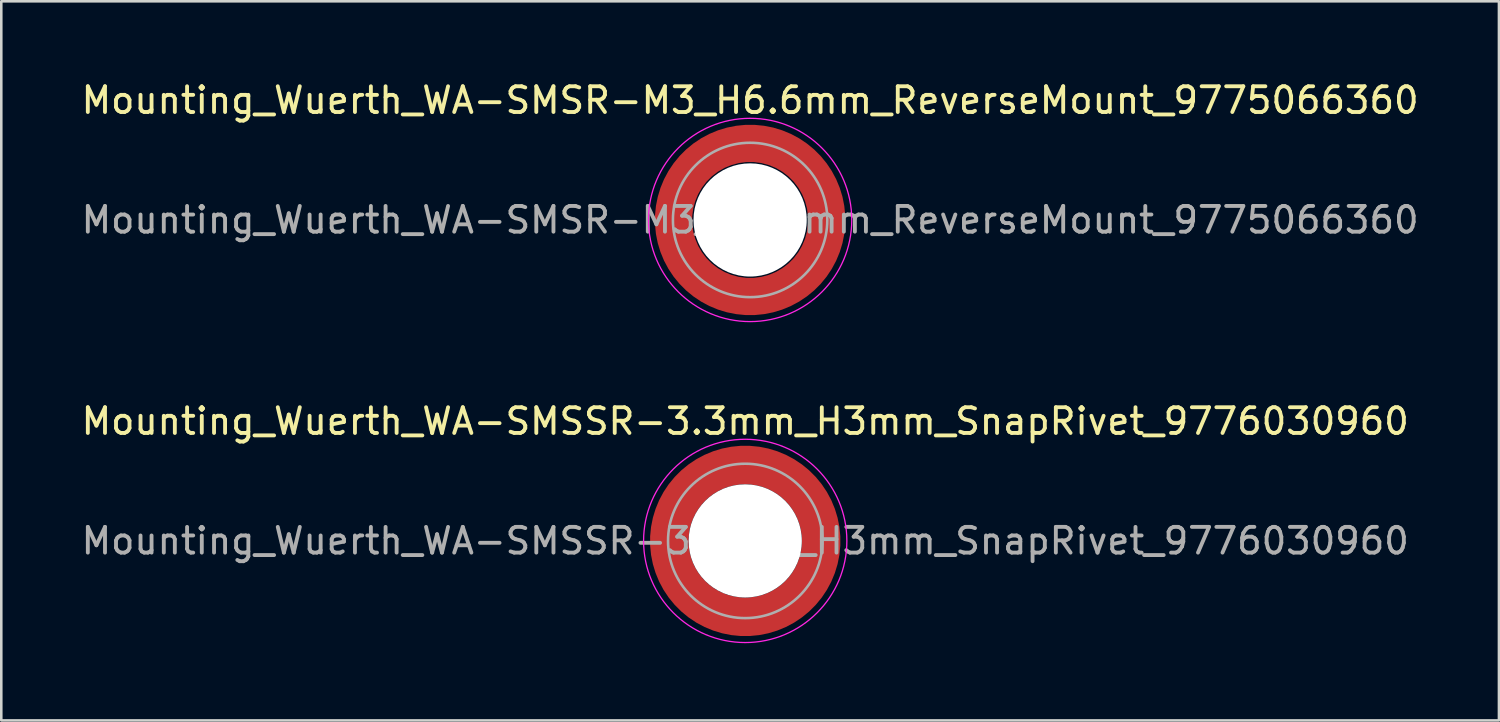
<source format=kicad_pcb>
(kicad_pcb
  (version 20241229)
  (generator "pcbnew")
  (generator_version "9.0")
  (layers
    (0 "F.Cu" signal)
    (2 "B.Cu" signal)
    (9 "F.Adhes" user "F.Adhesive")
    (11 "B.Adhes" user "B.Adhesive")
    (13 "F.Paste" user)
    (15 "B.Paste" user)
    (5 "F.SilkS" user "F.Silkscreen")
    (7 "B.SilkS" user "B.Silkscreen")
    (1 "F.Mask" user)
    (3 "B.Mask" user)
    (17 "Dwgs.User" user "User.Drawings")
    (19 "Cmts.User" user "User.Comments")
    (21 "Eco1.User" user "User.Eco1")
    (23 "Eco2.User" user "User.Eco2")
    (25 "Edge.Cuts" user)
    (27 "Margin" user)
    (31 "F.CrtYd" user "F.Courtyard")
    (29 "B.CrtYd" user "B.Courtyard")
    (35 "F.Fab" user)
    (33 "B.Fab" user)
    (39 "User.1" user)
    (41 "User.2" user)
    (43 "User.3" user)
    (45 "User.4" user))
  (footprint "Mounting_Wuerth_WA-SMSR-M3_H6.6mm_ReverseMount_9775066360"
    (layer "F.Cu")
    (at 26.101 5.498)
    (property "Reference" "Mounting_Wuerth_WA-SMSR-M3_H6.6mm_ReverseMount_9775066360" (at 0 -4.65 0) (layer "F.SilkS") (effects (font (size 1 1) (thickness 0.15))))
    (property "Mouser Part no." "" (at 0 0 0) (layer "F.Fab") (effects (font (size 1.27 1.27) (thickness 0.15))))
    (property "Mouser link" "" (at 0 0 0) (layer "F.Fab") (effects (font (size 1.27 1.27) (thickness 0.15))))
    (attr smd)
    (fp_circle (center 0 0) (end 3.95 0) (stroke (width 0.05) (type solid)) (fill no) (layer "F.CrtYd"))
    (fp_circle (center 0 0) (end 3 0) (stroke (width 0.1) (type solid)) (fill no) (layer "F.Fab"))
    (fp_text user "${REFERENCE}" (at 0 0 0) (layer "F.Fab") (effects (font (size 1 1) (thickness 0.15))))
    (pad "" smd custom (at -2.095 -2.095) (size 0.945 0.945) (layers "F.Paste") (options (anchor circle)) (primitives (gr_arc (start -0.24231 1.594804) (mid 0.404104 0.405534) (end 1.592827 -0.241886) (width 0.2)) (gr_arc (start -0.3398 1.594804) (mid 0.335987 0.338711) (end 1.591031 -0.339022) (width 0.2)) (gr_arc (start -0.437132 1.594804) (mid 0.268952 0.270807) (end 1.592231 -0.436623) (width 0.2)) (gr_arc (start -0.534324 1.594804) (mid 0.201345 0.203474) (end 1.591846 -0.53376) (width 0.2)) (gr_arc (start -0.631391 1.594804) (mid 0.134696 0.135183) (end 1.594126 -0.631267) (width 0.2)) (gr_arc (start -0.728345 1.594804) (mid 0.067234 0.067705) (end 1.594149 -0.728229) (width 0.2)) (gr_arc (start -0.825197 1.594804) (mid -0.001218 0.001219) (end 1.591408 -0.824614) (width 0.2)) (gr_arc (start -0.921958 1.594804) (mid -0.068952 -0.065985) (end 1.590665 -0.921269) (width 0.2)) (gr_arc (start -1.018637 1.594804) (mid -0.135972 -0.133907) (end 1.59192 -1.018172) (width 0.2)) (gr_arc (start -1.115239 1.594804) (mid -0.20428 -0.200537) (end 1.589574 -1.11442) (width 0.2)) (gr_arc (start -1.211773 1.594804) (mid -0.26993 -0.269828) (end 1.594662 -1.211751) (width 0.2)) (gr_arc (start -1.308244 1.594804) (mid -0.33911 -0.335587) (end 1.589875 -1.307516) (width 0.2)) (gr_arc (start -1.404657 1.594804) (mid -0.405633 -0.404004) (end 1.592524 -1.404331) (width 0.2)) (gr_arc (start -1.404657 1.594804) (mid -0.405633 -0.404004) (end 1.592524 -1.404331) (width 0.2)) (gr_line (start 1.595 -0.242) (end 1.595 -1.405) (width 0.2)) (gr_line (start -0.242 1.595) (end -1.405 1.595) (width 0.2))))
    (pad "" smd custom (at -2.095 2.095) (size 0.945 0.945) (layers "F.Paste") (options (anchor circle)) (primitives (gr_arc (start 1.594804 0.24231) (mid 0.405534 -0.404104) (end -0.241886 -1.592827) (width 0.2)) (gr_arc (start 1.594804 0.3398) (mid 0.338711 -0.335987) (end -0.339022 -1.591031) (width 0.2)) (gr_arc (start 1.594804 0.437132) (mid 0.270807 -0.268952) (end -0.436623 -1.592231) (width 0.2)) (gr_arc (start 1.594804 0.534324) (mid 0.203474 -0.201345) (end -0.53376 -1.591846) (width 0.2)) (gr_arc (start 1.594804 0.631391) (mid 0.135183 -0.134696) (end -0.631267 -1.594126) (width 0.2)) (gr_arc (start 1.594804 0.728345) (mid 0.067705 -0.067234) (end -0.728229 -1.594149) (width 0.2)) (gr_arc (start 1.594804 0.825197) (mid 0.001219 0.001218) (end -0.824614 -1.591408) (width 0.2)) (gr_arc (start 1.594804 0.921958) (mid -0.065985 0.068952) (end -0.921269 -1.590665) (width 0.2)) (gr_arc (start 1.594804 1.018637) (mid -0.133907 0.135972) (end -1.018172 -1.59192) (width 0.2)) (gr_arc (start 1.594804 1.115239) (mid -0.200537 0.20428) (end -1.11442 -1.589574) (width 0.2)) (gr_arc (start 1.594804 1.211773) (mid -0.269828 0.26993) (end -1.211751 -1.594662) (width 0.2)) (gr_arc (start 1.594804 1.308244) (mid -0.335587 0.33911) (end -1.307516 -1.589875) (width 0.2)) (gr_arc (start 1.594804 1.404657) (mid -0.404004 0.405633) (end -1.404331 -1.592524) (width 0.2)) (gr_arc (start 1.594804 1.404657) (mid -0.404004 0.405633) (end -1.404331 -1.592524) (width 0.2)) (gr_line (start -0.242 -1.595) (end -1.405 -1.595) (width 0.2)) (gr_line (start 1.595 0.242) (end 1.595 1.405) (width 0.2))))
    (pad "" np_thru_hole circle (at 0 0) (size 4.4 4.4) (drill 4.4) (layers "*.Cu" "*.Mask"))
    (pad "" smd custom (at 2.095 -2.095) (size 0.945 0.945) (layers "F.Paste") (options (anchor circle)) (primitives (gr_arc (start -1.594804 -0.24231) (mid -0.405534 0.404104) (end 0.241886 1.592827) (width 0.2)) (gr_arc (start -1.594804 -0.3398) (mid -0.338711 0.335987) (end 0.339022 1.591031) (width 0.2)) (gr_arc (start -1.594804 -0.437132) (mid -0.270807 0.268952) (end 0.436623 1.592231) (width 0.2)) (gr_arc (start -1.594804 -0.534324) (mid -0.203474 0.201345) (end 0.53376 1.591846) (width 0.2)) (gr_arc (start -1.594804 -0.631391) (mid -0.135183 0.134696) (end 0.631267 1.594126) (width 0.2)) (gr_arc (start -1.594804 -0.728345) (mid -0.067705 0.067234) (end 0.728229 1.594149) (width 0.2)) (gr_arc (start -1.594804 -0.825197) (mid -0.001219 -0.001218) (end 0.824614 1.591408) (width 0.2)) (gr_arc (start -1.594804 -0.921958) (mid 0.065985 -0.068952) (end 0.921269 1.590665) (width 0.2)) (gr_arc (start -1.594804 -1.018637) (mid 0.133907 -0.135972) (end 1.018172 1.59192) (width 0.2)) (gr_arc (start -1.594804 -1.115239) (mid 0.200537 -0.20428) (end 1.11442 1.589574) (width 0.2)) (gr_arc (start -1.594804 -1.211773) (mid 0.269828 -0.26993) (end 1.211751 1.594662) (width 0.2)) (gr_arc (start -1.594804 -1.308244) (mid 0.335587 -0.33911) (end 1.307516 1.589875) (width 0.2)) (gr_arc (start -1.594804 -1.404657) (mid 0.404004 -0.405633) (end 1.404331 1.592524) (width 0.2)) (gr_arc (start -1.594804 -1.404657) (mid 0.404004 -0.405633) (end 1.404331 1.592524) (width 0.2)) (gr_line (start 0.242 1.595) (end 1.405 1.595) (width 0.2)) (gr_line (start -1.595 -0.242) (end -1.595 -1.405) (width 0.2))))
    (pad "" smd custom (at 2.095 2.095) (size 0.945 0.945) (layers "F.Paste") (options (anchor circle)) (primitives (gr_arc (start 0.24231 -1.594804) (mid -0.404104 -0.405534) (end -1.592827 0.241886) (width 0.2)) (gr_arc (start 0.3398 -1.594804) (mid -0.335987 -0.338711) (end -1.591031 0.339022) (width 0.2)) (gr_arc (start 0.437132 -1.594804) (mid -0.268952 -0.270807) (end -1.592231 0.436623) (width 0.2)) (gr_arc (start 0.534324 -1.594804) (mid -0.201345 -0.203474) (end -1.591846 0.53376) (width 0.2)) (gr_arc (start 0.631391 -1.594804) (mid -0.134696 -0.135183) (end -1.594126 0.631267) (width 0.2)) (gr_arc (start 0.728345 -1.594804) (mid -0.067234 -0.067705) (end -1.594149 0.728229) (width 0.2)) (gr_arc (start 0.825197 -1.594804) (mid 0.001218 -0.001219) (end -1.591408 0.824614) (width 0.2)) (gr_arc (start 0.921958 -1.594804) (mid 0.068952 0.065985) (end -1.590665 0.921269) (width 0.2)) (gr_arc (start 1.018637 -1.594804) (mid 0.135972 0.133907) (end -1.59192 1.018172) (width 0.2)) (gr_arc (start 1.115239 -1.594804) (mid 0.20428 0.200537) (end -1.589574 1.11442) (width 0.2)) (gr_arc (start 1.211773 -1.594804) (mid 0.26993 0.269828) (end -1.594662 1.211751) (width 0.2)) (gr_arc (start 1.308244 -1.594804) (mid 0.33911 0.335587) (end -1.589875 1.307516) (width 0.2)) (gr_arc (start 1.404657 -1.594804) (mid 0.405633 0.404004) (end -1.592524 1.404331) (width 0.2)) (gr_arc (start 1.404657 -1.594804) (mid 0.405633 0.404004) (end -1.592524 1.404331) (width 0.2)) (gr_line (start -1.595 0.242) (end -1.595 1.405) (width 0.2)) (gr_line (start 0.242 -1.595) (end 1.405 -1.595) (width 0.2))))
    (pad "1" smd circle (at -2.975 0) (size 1.05 1.05) (layers "F.Cu"))
    (pad "1" smd circle (at 0 -2.975) (size 1.05 1.05) (layers "F.Cu"))
    (pad "1" smd circle (at 0 2.975) (size 1.05 1.05) (layers "F.Cu"))
    (pad "1" smd custom (at 2.975 0) (size 1.05 1.05) (layers "F.Cu" "F.Mask") (options (anchor circle)) (primitives (gr_circle (center -2.975 0) (end 0 0) (width 1.45) (fill no)))))
  (footprint "Mounting_Wuerth_WA-SMSSR-3.3mm_H3mm_SnapRivet_9776030960"
    (layer "F.Cu")
    (at 25.911 17.971)
    (property "Reference" "Mounting_Wuerth_WA-SMSSR-3.3mm_H3mm_SnapRivet_9776030960" (at 0 -4.65 0) (layer "F.SilkS") (effects (font (size 1 1) (thickness 0.15))))
    (property "Mouser Part no." "" (at 0 0 0) (layer "F.Fab") (effects (font (size 1.27 1.27) (thickness 0.15))))
    (property "Mouser link" "" (at 0 0 0) (layer "F.Fab") (effects (font (size 1.27 1.27) (thickness 0.15))))
    (attr smd)
    (fp_circle (center 0 0) (end 3.95 0) (stroke (width 0.05) (type solid)) (fill no) (layer "F.CrtYd"))
    (fp_circle (center 0 0) (end 3 0) (stroke (width 0.1) (type solid)) (fill no) (layer "F.Fab"))
    (fp_text user "${REFERENCE}" (at 0 0 0) (layer "F.Fab") (effects (font (size 1 1) (thickness 0.15))))
    (pad "" smd custom (at -2.077 -2.077) (size 0.995 0.995) (layers "F.Paste") (options (anchor circle)) (primitives (gr_arc (start -0.208831 1.577126) (mid 0.422144 0.422848) (end 1.576154 -0.208618) (width 0.2)) (gr_arc (start -0.310669 1.577126) (mid 0.35138 0.352781) (end 1.575188 -0.310262) (width 0.2)) (gr_arc (start -0.412325 1.577126) (mid 0.280305 0.283024) (end 1.573357 -0.411565) (width 0.2)) (gr_arc (start -0.51382 1.577126) (mid 0.210358 0.212139) (end 1.574653 -0.513342) (width 0.2)) (gr_arc (start -0.615172 1.577126) (mid 0.139846 0.141818) (end 1.574384 -0.614661) (width 0.2)) (gr_arc (start -0.716397 1.577126) (mid 0.070334 0.070498) (end 1.576898 -0.716356) (width 0.2)) (gr_arc (start -0.817508 1.577126) (mid -0.001805 0.001806) (end 1.572094 -0.816634) (width 0.2)) (gr_arc (start -0.918517 1.577126) (mid -0.071322 -0.06951) (end 1.574599 -0.918094) (width 0.2)) (gr_arc (start -1.019433 1.577126) (mid -0.141902 -0.139762) (end 1.574138 -1.018949) (width 0.2)) (gr_arc (start -1.120266 1.577126) (mid -0.211736 -0.210761) (end 1.575763 -1.120053) (width 0.2)) (gr_arc (start -1.221022 1.577126) (mid -0.282882 -0.280446) (end 1.57372 -1.220504) (width 0.2)) (gr_arc (start -1.32171 1.577126) (mid -0.353407 -0.350753) (end 1.573414 -1.321162) (width 0.2)) (gr_arc (start -1.422335 1.577126) (mid -0.423311 -0.421682) (end 1.574846 -1.422009) (width 0.2)) (gr_line (start 1.577 -0.209) (end 1.577 -1.422) (width 0.2)) (gr_line (start -0.209 1.577) (end -1.422 1.577) (width 0.2))))
    (pad "" smd custom (at -2.077 2.077) (size 0.995 0.995) (layers "F.Paste") (options (anchor circle)) (primitives (gr_arc (start 1.577126 0.208831) (mid 0.422848 -0.422144) (end -0.208618 -1.576154) (width 0.2)) (gr_arc (start 1.577126 0.310669) (mid 0.352781 -0.35138) (end -0.310262 -1.575188) (width 0.2)) (gr_arc (start 1.577126 0.412325) (mid 0.283024 -0.280305) (end -0.411565 -1.573357) (width 0.2)) (gr_arc (start 1.577126 0.51382) (mid 0.212139 -0.210358) (end -0.513342 -1.574653) (width 0.2)) (gr_arc (start 1.577126 0.615172) (mid 0.141818 -0.139846) (end -0.614661 -1.574384) (width 0.2)) (gr_arc (start 1.577126 0.716397) (mid 0.070498 -0.070334) (end -0.716356 -1.576898) (width 0.2)) (gr_arc (start 1.577126 0.817508) (mid 0.001806 0.001805) (end -0.816634 -1.572094) (width 0.2)) (gr_arc (start 1.577126 0.918517) (mid -0.06951 0.071322) (end -0.918094 -1.574599) (width 0.2)) (gr_arc (start 1.577126 1.019433) (mid -0.139762 0.141902) (end -1.018949 -1.574138) (width 0.2)) (gr_arc (start 1.577126 1.120266) (mid -0.210761 0.211736) (end -1.120053 -1.575763) (width 0.2)) (gr_arc (start 1.577126 1.221022) (mid -0.280446 0.282882) (end -1.220504 -1.57372) (width 0.2)) (gr_arc (start 1.577126 1.32171) (mid -0.350753 0.353407) (end -1.321162 -1.573414) (width 0.2)) (gr_arc (start 1.577126 1.422335) (mid -0.421682 0.423311) (end -1.422009 -1.574846) (width 0.2)) (gr_line (start -0.209 -1.577) (end -1.422 -1.577) (width 0.2)) (gr_line (start 1.577 0.209) (end 1.577 1.422) (width 0.2))))
    (pad "" np_thru_hole circle (at 0 0) (size 4.4 4.4) (drill 4.4) (layers "*.Cu" "*.Mask"))
    (pad "" smd custom (at 2.077 -2.077) (size 0.995 0.995) (layers "F.Paste") (options (anchor circle)) (primitives (gr_arc (start -1.577126 -0.208831) (mid -0.422848 0.422144) (end 0.208618 1.576154) (width 0.2)) (gr_arc (start -1.577126 -0.310669) (mid -0.352781 0.35138) (end 0.310262 1.575188) (width 0.2)) (gr_arc (start -1.577126 -0.412325) (mid -0.283024 0.280305) (end 0.411565 1.573357) (width 0.2)) (gr_arc (start -1.577126 -0.51382) (mid -0.212139 0.210358) (end 0.513342 1.574653) (width 0.2)) (gr_arc (start -1.577126 -0.615172) (mid -0.141818 0.139846) (end 0.614661 1.574384) (width 0.2)) (gr_arc (start -1.577126 -0.716397) (mid -0.070498 0.070334) (end 0.716356 1.576898) (width 0.2)) (gr_arc (start -1.577126 -0.817508) (mid -0.001806 -0.001805) (end 0.816634 1.572094) (width 0.2)) (gr_arc (start -1.577126 -0.918517) (mid 0.06951 -0.071322) (end 0.918094 1.574599) (width 0.2)) (gr_arc (start -1.577126 -1.019433) (mid 0.139762 -0.141902) (end 1.018949 1.574138) (width 0.2)) (gr_arc (start -1.577126 -1.120266) (mid 0.210761 -0.211736) (end 1.120053 1.575763) (width 0.2)) (gr_arc (start -1.577126 -1.221022) (mid 0.280446 -0.282882) (end 1.220504 1.57372) (width 0.2)) (gr_arc (start -1.577126 -1.32171) (mid 0.350753 -0.353407) (end 1.321162 1.573414) (width 0.2)) (gr_arc (start -1.577126 -1.422335) (mid 0.421682 -0.423311) (end 1.422009 1.574846) (width 0.2)) (gr_line (start 0.209 1.577) (end 1.422 1.577) (width 0.2)) (gr_line (start -1.577 -0.209) (end -1.577 -1.422) (width 0.2))))
    (pad "" smd custom (at 2.077 2.077) (size 0.995 0.995) (layers "F.Paste") (options (anchor circle)) (primitives (gr_arc (start 0.208831 -1.577126) (mid -0.422144 -0.422848) (end -1.576154 0.208618) (width 0.2)) (gr_arc (start 0.310669 -1.577126) (mid -0.35138 -0.352781) (end -1.575188 0.310262) (width 0.2)) (gr_arc (start 0.412325 -1.577126) (mid -0.280305 -0.283024) (end -1.573357 0.411565) (width 0.2)) (gr_arc (start 0.51382 -1.577126) (mid -0.210358 -0.212139) (end -1.574653 0.513342) (width 0.2)) (gr_arc (start 0.615172 -1.577126) (mid -0.139846 -0.141818) (end -1.574384 0.614661) (width 0.2)) (gr_arc (start 0.716397 -1.577126) (mid -0.070334 -0.070498) (end -1.576898 0.716356) (width 0.2)) (gr_arc (start 0.817508 -1.577126) (mid 0.001805 -0.001806) (end -1.572094 0.816634) (width 0.2)) (gr_arc (start 0.918517 -1.577126) (mid 0.071322 0.06951) (end -1.574599 0.918094) (width 0.2)) (gr_arc (start 1.019433 -1.577126) (mid 0.141902 0.139762) (end -1.574138 1.018949) (width 0.2)) (gr_arc (start 1.120266 -1.577126) (mid 0.211736 0.210761) (end -1.575763 1.120053) (width 0.2)) (gr_arc (start 1.221022 -1.577126) (mid 0.282882 0.280446) (end -1.57372 1.220504) (width 0.2)) (gr_arc (start 1.32171 -1.577126) (mid 0.353407 0.350753) (end -1.573414 1.321162) (width 0.2)) (gr_arc (start 1.422335 -1.577126) (mid 0.423311 0.421682) (end -1.574846 1.422009) (width 0.2)) (gr_line (start -1.577 0.209) (end -1.577 1.422) (width 0.2)) (gr_line (start 0.209 -1.577) (end 1.422 -1.577) (width 0.2))))
    (pad "1" smd circle (at -2.95 0) (size 1.1 1.1) (layers "F.Cu"))
    (pad "1" smd circle (at 0 -2.95) (size 1.1 1.1) (layers "F.Cu"))
    (pad "1" smd circle (at 0 2.95) (size 1.1 1.1) (layers "F.Cu"))
    (pad "1" smd custom (at 2.95 0) (size 1.1 1.1) (layers "F.Cu" "F.Mask") (options (anchor circle)) (primitives (gr_circle (center -2.95 0) (end 0 0) (width 1.5) (fill no)))))
  (gr_rect
    (start -3 -3)
    (end 55.202 24.947)
    (stroke (width 0.1) (type default))
    (fill no)
    (layer "Edge.Cuts")))
</source>
